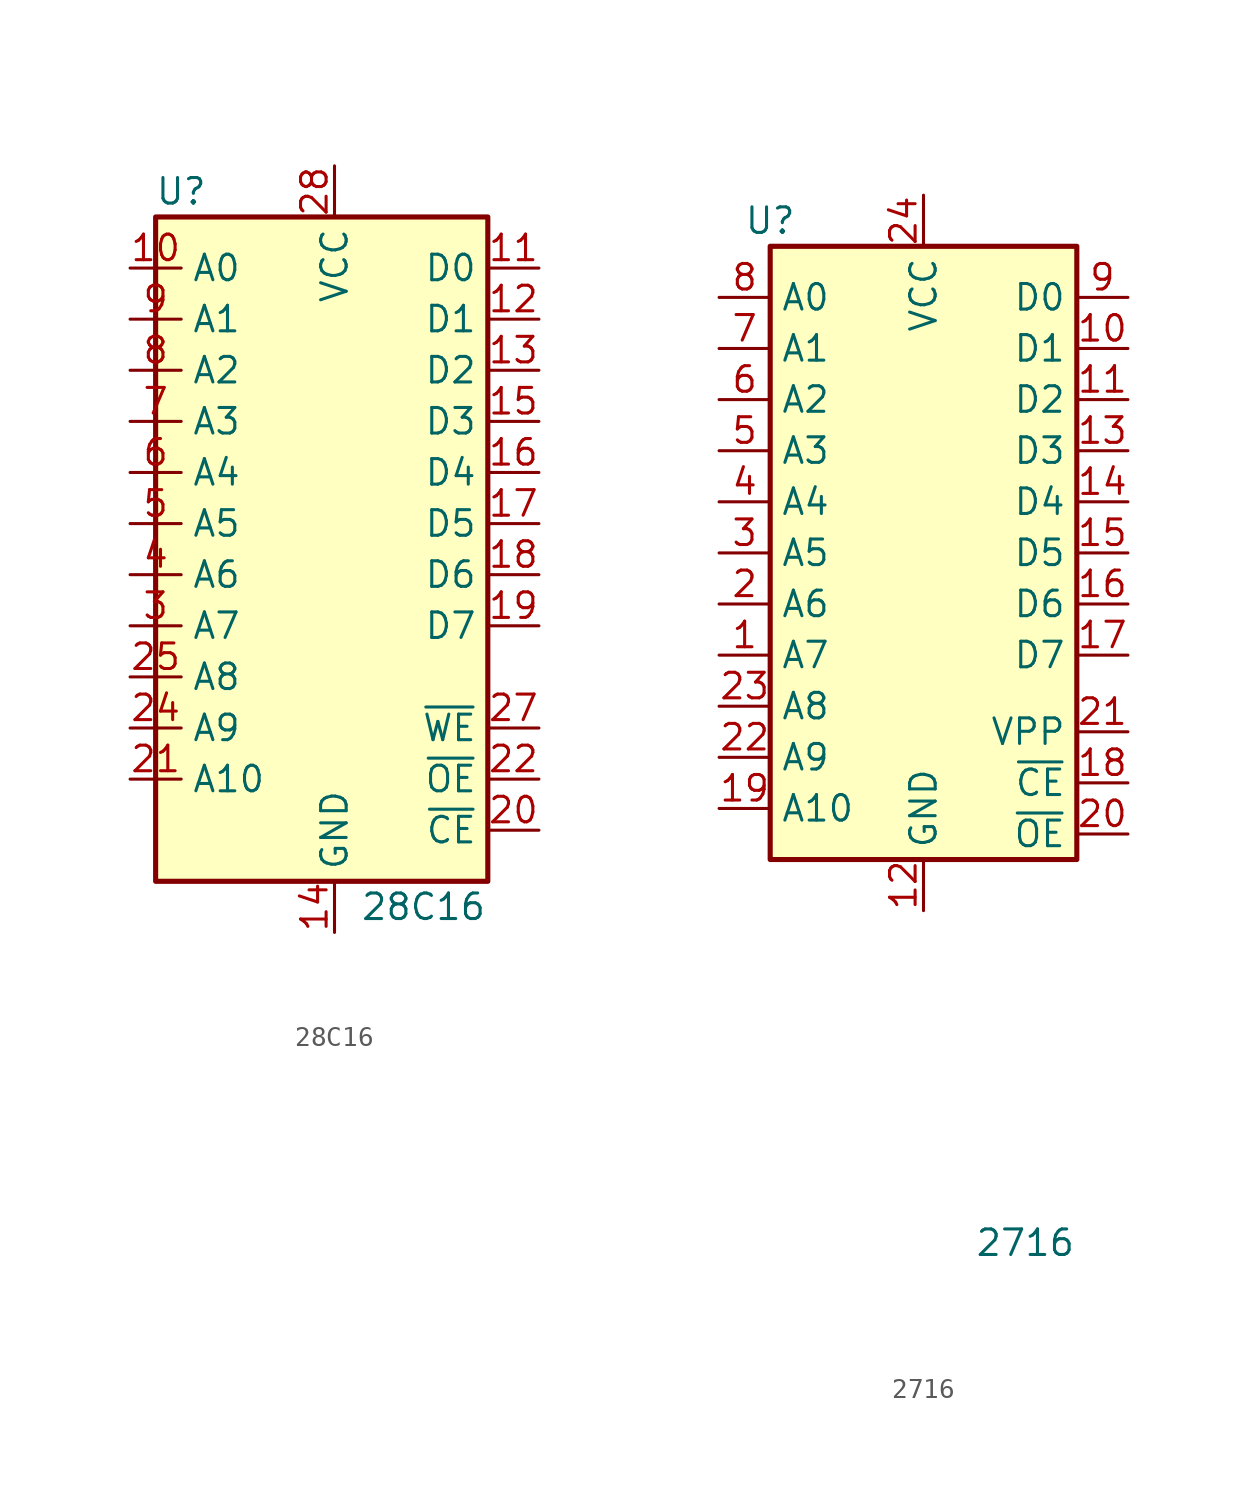
<source format=kicad_sym>
(kicad_symbol_lib
  (version 20220914)
  (generator kicad_symbol_editor)
  (symbol "28C16"
    (property "Reference" "U"
      (at -7.62 26.67 0)
      (effects (font (size 1.27 1.27))))
    (property "Value" "28C16"
      (at 1.27 -8.89 0)
      (effects (font (size 1.27 1.27)) (justify left)))
    (symbol "28C16_1_1"
      (rectangle (start -8.89 25.4) (end 7.62 -7.62) (stroke (width 0.254) (type default)) (fill (type background)))
      (pin input line (at -10.16 22.86 0) (length 2.54) (name "A0" (effects (font (size 1.27 1.27)))) (number "10" (effects (font (size 1.27 1.27)))))
      (pin tri_state line (at 10.16 22.86 180) (length 2.54) (name "D0" (effects (font (size 1.27 1.27)))) (number "11" (effects (font (size 1.27 1.27)))))
      (pin tri_state line (at 10.16 20.32 180) (length 2.54) (name "D1" (effects (font (size 1.27 1.27)))) (number "12" (effects (font (size 1.27 1.27)))))
      (pin tri_state line (at 10.16 17.78 180) (length 2.54) (name "D2" (effects (font (size 1.27 1.27)))) (number "13" (effects (font (size 1.27 1.27)))))
      (pin power_in line (at 0 -10.16 90) (length 2.54) (name "GND" (effects (font (size 1.27 1.27)))) (number "14" (effects (font (size 1.27 1.27)))))
      (pin tri_state line (at 10.16 15.24 180) (length 2.54) (name "D3" (effects (font (size 1.27 1.27)))) (number "15" (effects (font (size 1.27 1.27)))))
      (pin tri_state line (at 10.16 12.7 180) (length 2.54) (name "D4" (effects (font (size 1.27 1.27)))) (number "16" (effects (font (size 1.27 1.27)))))
      (pin tri_state line (at 10.16 10.16 180) (length 2.54) (name "D5" (effects (font (size 1.27 1.27)))) (number "17" (effects (font (size 1.27 1.27)))))
      (pin tri_state line (at 10.16 7.62 180) (length 2.54) (name "D6" (effects (font (size 1.27 1.27)))) (number "18" (effects (font (size 1.27 1.27)))))
      (pin tri_state line (at 10.16 5.08 180) (length 2.54) (name "D7" (effects (font (size 1.27 1.27)))) (number "19" (effects (font (size 1.27 1.27)))))
      (pin input line (at 10.16 -5.08 180) (length 2.54) (name "~{CE}" (effects (font (size 1.27 1.27)))) (number "20" (effects (font (size 1.27 1.27)))))
      (pin input line (at -10.16 -2.54 0) (length 2.54) (name "A10" (effects (font (size 1.27 1.27)))) (number "21" (effects (font (size 1.27 1.27)))))
      (pin input line (at 10.16 -2.54 180) (length 2.54) (name "~{OE}" (effects (font (size 1.27 1.27)))) (number "22" (effects (font (size 1.27 1.27)))))
      (pin input line (at -10.16 0 0) (length 2.54) (name "A9" (effects (font (size 1.27 1.27)))) (number "24" (effects (font (size 1.27 1.27)))))
      (pin input line (at -10.16 2.54 0) (length 2.54) (name "A8" (effects (font (size 1.27 1.27)))) (number "25" (effects (font (size 1.27 1.27)))))
      (pin input line (at 10.16 0 180) (length 2.54) (name "~{WE}" (effects (font (size 1.27 1.27)))) (number "27" (effects (font (size 1.27 1.27)))))
      (pin power_in line (at 0 27.94 270) (length 2.54) (name "VCC" (effects (font (size 1.27 1.27)))) (number "28" (effects (font (size 1.27 1.27)))))
      (pin input line (at -10.16 5.08 0) (length 2.54) (name "A7" (effects (font (size 1.27 1.27)))) (number "3" (effects (font (size 1.27 1.27)))))
      (pin input line (at -10.16 7.62 0) (length 2.54) (name "A6" (effects (font (size 1.27 1.27)))) (number "4" (effects (font (size 1.27 1.27)))))
      (pin input line (at -10.16 10.16 0) (length 2.54) (name "A5" (effects (font (size 1.27 1.27)))) (number "5" (effects (font (size 1.27 1.27)))))
      (pin input line (at -10.16 12.7 0) (length 2.54) (name "A4" (effects (font (size 1.27 1.27)))) (number "6" (effects (font (size 1.27 1.27)))))
      (pin input line (at -10.16 15.24 0) (length 2.54) (name "A3" (effects (font (size 1.27 1.27)))) (number "7" (effects (font (size 1.27 1.27)))))
      (pin input line (at -10.16 17.78 0) (length 2.54) (name "A2" (effects (font (size 1.27 1.27)))) (number "8" (effects (font (size 1.27 1.27)))))
      (pin input line (at -10.16 20.32 0) (length 2.54) (name "A1" (effects (font (size 1.27 1.27)))) (number "9" (effects (font (size 1.27 1.27)))))))
  (symbol "2716"
    (property "Reference" "U"
      (at -7.62 24.13 0)
      (effects (font (size 1.27 1.27))))
    (property "Value" "2716"
      (at 2.54 -26.67 0)
      (effects (font (size 1.27 1.27)) (justify left)))
    (symbol "2716_1_1"
      (rectangle (start -7.62 22.86) (end 7.62 -7.62) (stroke (width 0.254) (type default)) (fill (type background)))
      (pin input line (at -10.16 2.54 0) (length 2.54) (name "A7" (effects (font (size 1.27 1.27)))) (number "1" (effects (font (size 1.27 1.27)))))
      (pin tri_state line (at 10.16 17.78 180) (length 2.54) (name "D1" (effects (font (size 1.27 1.27)))) (number "10" (effects (font (size 1.27 1.27)))))
      (pin tri_state line (at 10.16 15.24 180) (length 2.54) (name "D2" (effects (font (size 1.27 1.27)))) (number "11" (effects (font (size 1.27 1.27)))))
      (pin power_in line (at 0 -10.16 90) (length 2.54) (name "GND" (effects (font (size 1.27 1.27)))) (number "12" (effects (font (size 1.27 1.27)))))
      (pin tri_state line (at 10.16 12.7 180) (length 2.54) (name "D3" (effects (font (size 1.27 1.27)))) (number "13" (effects (font (size 1.27 1.27)))))
      (pin tri_state line (at 10.16 10.16 180) (length 2.54) (name "D4" (effects (font (size 1.27 1.27)))) (number "14" (effects (font (size 1.27 1.27)))))
      (pin tri_state line (at 10.16 7.62 180) (length 2.54) (name "D5" (effects (font (size 1.27 1.27)))) (number "15" (effects (font (size 1.27 1.27)))))
      (pin tri_state line (at 10.16 5.08 180) (length 2.54) (name "D6" (effects (font (size 1.27 1.27)))) (number "16" (effects (font (size 1.27 1.27)))))
      (pin tri_state line (at 10.16 2.54 180) (length 2.54) (name "D7" (effects (font (size 1.27 1.27)))) (number "17" (effects (font (size 1.27 1.27)))))
      (pin input line (at 10.16 -3.81 180) (length 2.54) (name "~{CE}" (effects (font (size 1.27 1.27)))) (number "18" (effects (font (size 1.27 1.27)))))
      (pin input line (at -10.16 -5.08 0) (length 2.54) (name "A10" (effects (font (size 1.27 1.27)))) (number "19" (effects (font (size 1.27 1.27)))))
      (pin input line (at -10.16 5.08 0) (length 2.54) (name "A6" (effects (font (size 1.27 1.27)))) (number "2" (effects (font (size 1.27 1.27)))))
      (pin input line (at 10.16 -6.35 180) (length 2.54) (name "~{OE}" (effects (font (size 1.27 1.27)))) (number "20" (effects (font (size 1.27 1.27)))))
      (pin input line (at 10.16 -1.27 180) (length 2.54) (name "VPP" (effects (font (size 1.27 1.27)))) (number "21" (effects (font (size 1.27 1.27)))))
      (pin input line (at -10.16 -2.54 0) (length 2.54) (name "A9" (effects (font (size 1.27 1.27)))) (number "22" (effects (font (size 1.27 1.27)))))
      (pin input line (at -10.16 0 0) (length 2.54) (name "A8" (effects (font (size 1.27 1.27)))) (number "23" (effects (font (size 1.27 1.27)))))
      (pin power_in line (at 0 25.4 270) (length 2.54) (name "VCC" (effects (font (size 1.27 1.27)))) (number "24" (effects (font (size 1.27 1.27)))))
      (pin input line (at -10.16 7.62 0) (length 2.54) (name "A5" (effects (font (size 1.27 1.27)))) (number "3" (effects (font (size 1.27 1.27)))))
      (pin input line (at -10.16 10.16 0) (length 2.54) (name "A4" (effects (font (size 1.27 1.27)))) (number "4" (effects (font (size 1.27 1.27)))))
      (pin input line (at -10.16 12.7 0) (length 2.54) (name "A3" (effects (font (size 1.27 1.27)))) (number "5" (effects (font (size 1.27 1.27)))))
      (pin input line (at -10.16 15.24 0) (length 2.54) (name "A2" (effects (font (size 1.27 1.27)))) (number "6" (effects (font (size 1.27 1.27)))))
      (pin input line (at -10.16 17.78 0) (length 2.54) (name "A1" (effects (font (size 1.27 1.27)))) (number "7" (effects (font (size 1.27 1.27)))))
      (pin input line (at -10.16 20.32 0) (length 2.54) (name "A0" (effects (font (size 1.27 1.27)))) (number "8" (effects (font (size 1.27 1.27)))))
      (pin tri_state line (at 10.16 20.32 180) (length 2.54) (name "D0" (effects (font (size 1.27 1.27)))) (number "9" (effects (font (size 1.27 1.27))))))))
</source>
